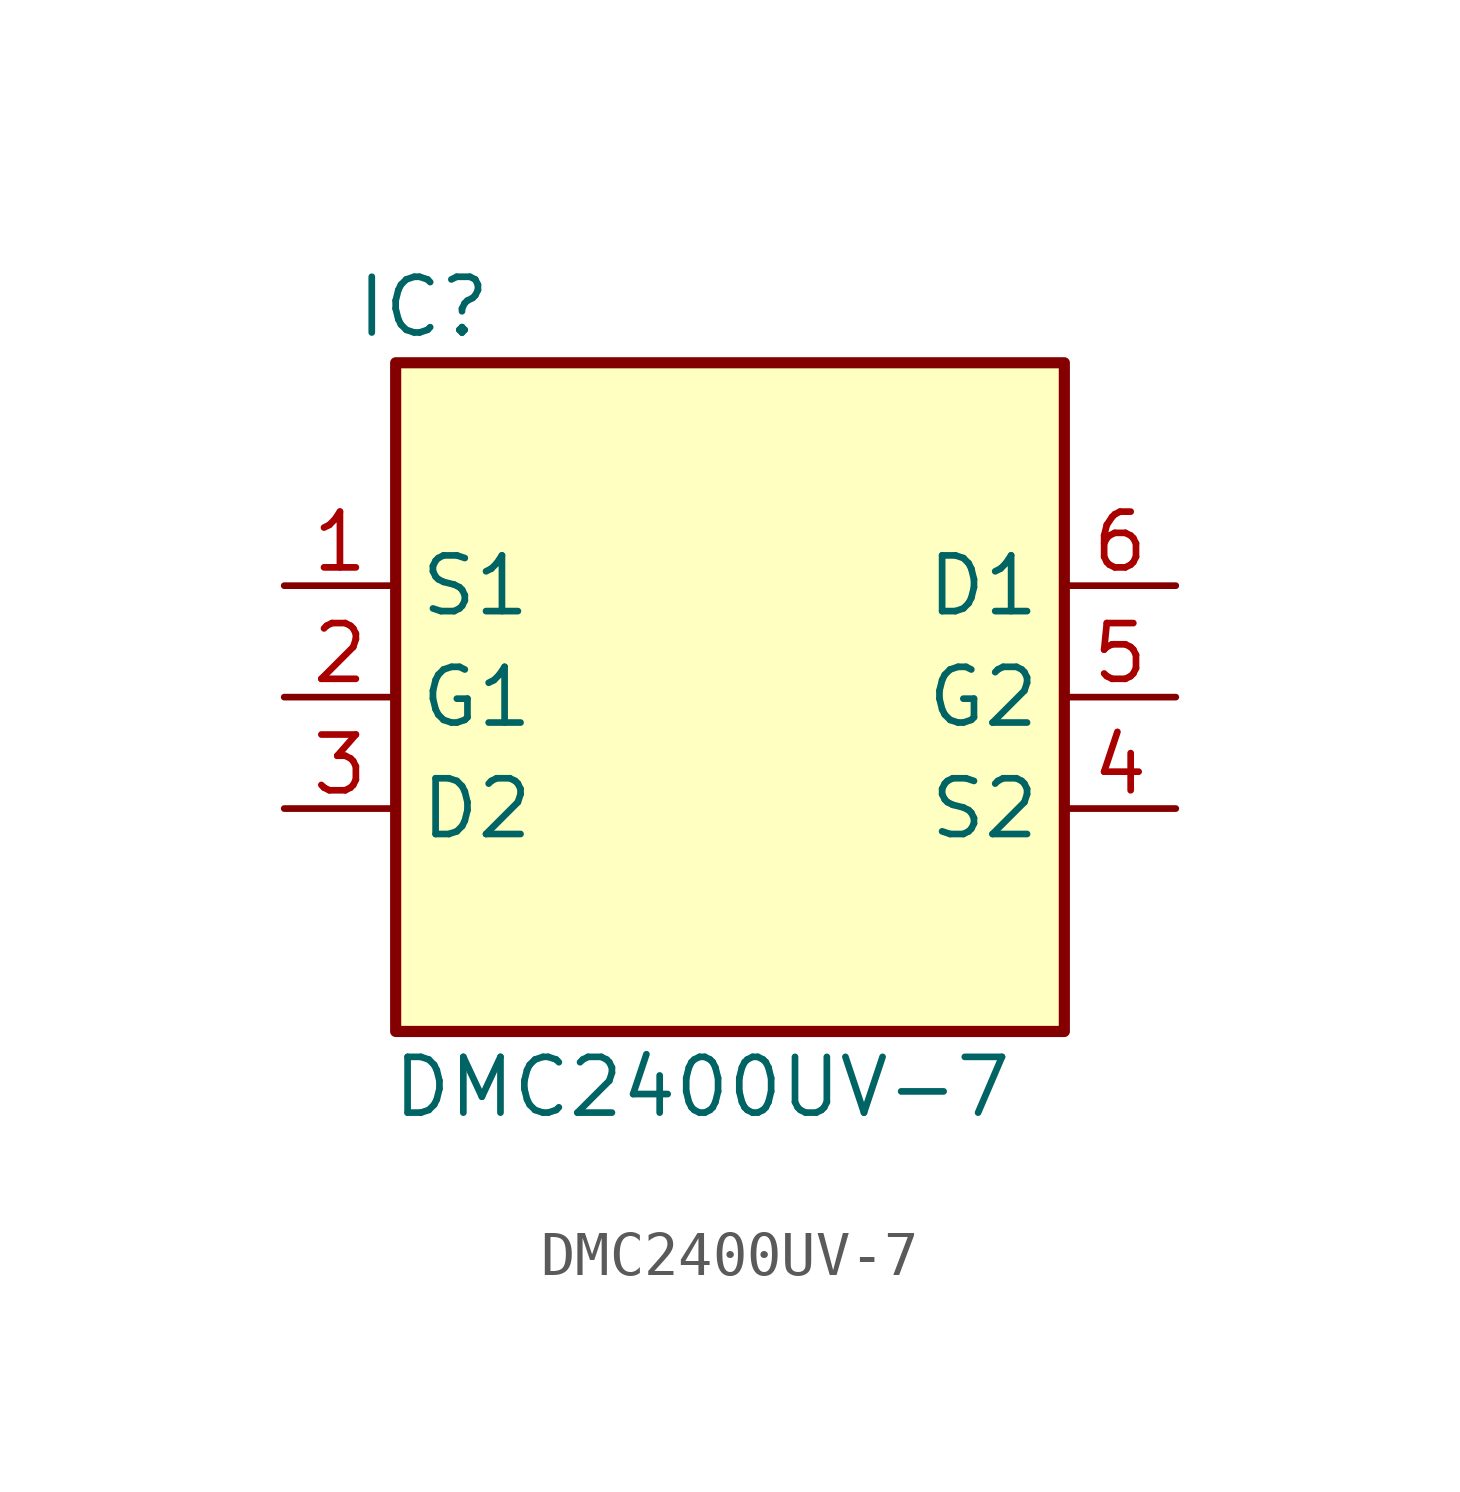
<source format=kicad_sym>
(kicad_symbol_lib
  (version 20220914)
  (generator kicad_symbol_editor)
  (symbol "DMC2400UV-7"
    (property "Reference" "IC"
      (at -6.985 8.89 0)
      (effects (font (size 1.27 1.27))))
    (property "Value" "DMC2400UV-7"
      (at -0.635 -8.89 0)
      (effects (font (size 1.27 1.27))))
    (symbol "DMC2400UV-7_1_1"
      (rectangle (start -7.62 7.62) (end 7.62 -7.62) (stroke (width 0.254) (type default)) (fill (type background)))
      (pin passive line (at -10.16 2.54 0) (length 2.54) (name "S1" (effects (font (size 1.27 1.27)))) (number "1" (effects (font (size 1.27 1.27)))))
      (pin input line (at -10.16 0 0) (length 2.54) (name "G1" (effects (font (size 1.27 1.27)))) (number "2" (effects (font (size 1.27 1.27)))))
      (pin passive line (at -10.16 -2.54 0) (length 2.54) (name "D2" (effects (font (size 1.27 1.27)))) (number "3" (effects (font (size 1.27 1.27)))))
      (pin passive line (at 10.16 -2.54 180) (length 2.54) (name "S2" (effects (font (size 1.27 1.27)))) (number "4" (effects (font (size 1.27 1.27)))))
      (pin input line (at 10.16 0 180) (length 2.54) (name "G2" (effects (font (size 1.27 1.27)))) (number "5" (effects (font (size 1.27 1.27)))))
      (pin passive line (at 10.16 2.54 180) (length 2.54) (name "D1" (effects (font (size 1.27 1.27)))) (number "6" (effects (font (size 1.27 1.27))))))))
</source>
